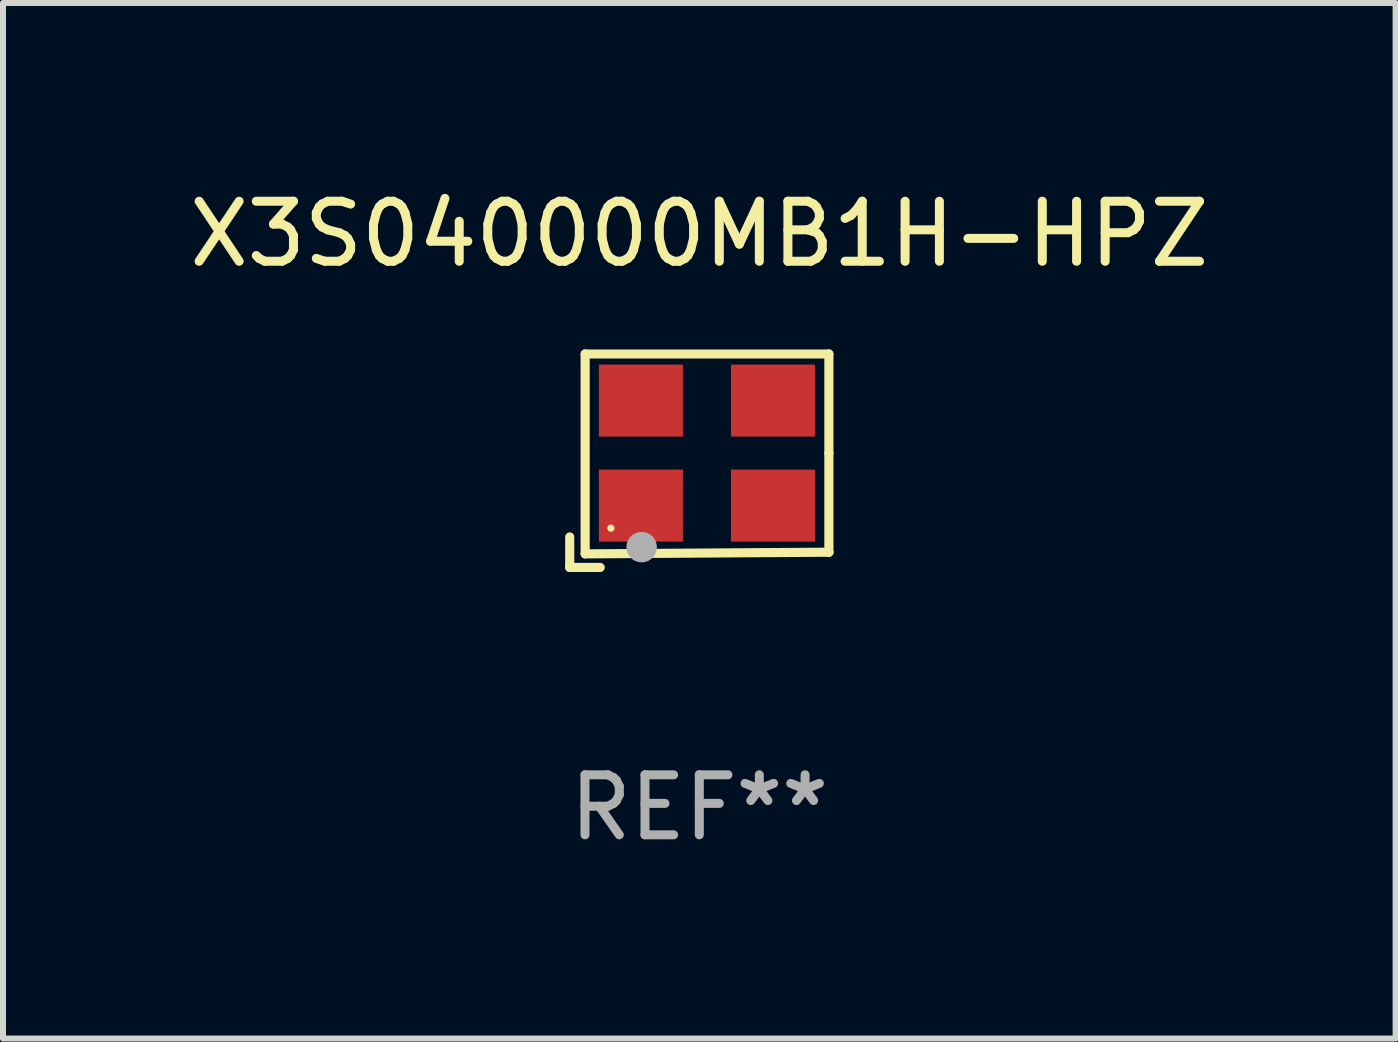
<source format=kicad_pcb>
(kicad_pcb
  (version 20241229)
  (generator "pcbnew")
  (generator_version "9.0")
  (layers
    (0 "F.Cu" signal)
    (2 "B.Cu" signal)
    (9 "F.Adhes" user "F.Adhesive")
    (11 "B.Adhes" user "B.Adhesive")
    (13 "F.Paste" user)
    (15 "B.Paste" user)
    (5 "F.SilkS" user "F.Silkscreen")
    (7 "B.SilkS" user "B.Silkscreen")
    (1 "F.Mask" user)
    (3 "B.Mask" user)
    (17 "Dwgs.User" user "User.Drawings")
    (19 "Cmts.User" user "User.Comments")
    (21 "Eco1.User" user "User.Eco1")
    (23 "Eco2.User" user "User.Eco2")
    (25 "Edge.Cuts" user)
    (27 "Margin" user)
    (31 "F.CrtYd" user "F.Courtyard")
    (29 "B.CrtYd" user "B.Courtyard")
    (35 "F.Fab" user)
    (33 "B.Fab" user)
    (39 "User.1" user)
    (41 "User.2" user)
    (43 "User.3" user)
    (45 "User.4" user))
  (footprint "X3S040000MB1H-HPZ"
    (layer "F.Cu")
    (at 8.601 4.626)
    (property "Reference" "X3S040000MB1H-HPZ" (at 0 -3.778 0) (layer "F.SilkS") (effects (font (size 1 1) (thickness 0.15))))
    (attr through_hole)
    (fp_line (start -2.159 1.27) (end -2.159 1.778) (stroke (width 0.152) (type solid)) (layer "F.SilkS"))
    (fp_line (start -2.159 1.778) (end -1.651 1.778) (stroke (width 0.152) (type solid)) (layer "F.SilkS"))
    (fp_line (start -1.902 -1.778) (end 2.159 -1.778) (stroke (width 0.152) (type solid)) (layer "F.SilkS"))
    (fp_line (start -1.902 1.552) (end -1.902 -1.778) (stroke (width 0.152) (type solid)) (layer "F.SilkS"))
    (fp_line (start 2.159 -1.778) (end 2.159 -0.127) (stroke (width 0.152) (type solid)) (layer "F.SilkS"))
    (fp_line (start 2.159 -0.127) (end 2.159 1.524) (stroke (width 0.152) (type solid)) (layer "F.SilkS"))
    (fp_line (start 2.159 1.524) (end -1.902 1.552) (stroke (width 0.152) (type solid)) (layer "F.SilkS"))
    (fp_line (start 2.159 1.524) (end 2.159 1.524) (stroke (width 0.152) (type solid)) (layer "F.SilkS"))
    (fp_circle (center -1.473 1.123) (end -1.443 1.123) (stroke (width 0.06) (type solid)) (fill no) (layer "F.SilkS"))
    (fp_circle (center -0.961 1.44) (end -0.834 1.44) (stroke (width 0.254) (type solid)) (fill no) (layer "F.Fab"))
    (fp_text user "REF**" (at 0 5.778 0) (layer "F.Fab") (effects (font (size 1 1) (thickness 0.15))))
    (pad "1" smd rect (at -0.973 0.748) (size 1.4 1.2) (layers "F.Cu" "F.Mask" "F.Paste"))
    (pad "2" smd rect (at 1.227 0.748) (size 1.4 1.2) (layers "F.Cu" "F.Mask" "F.Paste"))
    (pad "3" smd rect (at 1.227 -1.002) (size 1.4 1.2) (layers "F.Cu" "F.Mask" "F.Paste"))
    (pad "4" smd rect (at -0.973 -1.002) (size 1.4 1.2) (layers "F.Cu" "F.Mask" "F.Paste")))
  (gr_rect
    (start -3 -3)
    (end 20.202 14.253)
    (stroke (width 0.1) (type default))
    (fill no)
    (layer "Edge.Cuts")))
</source>
